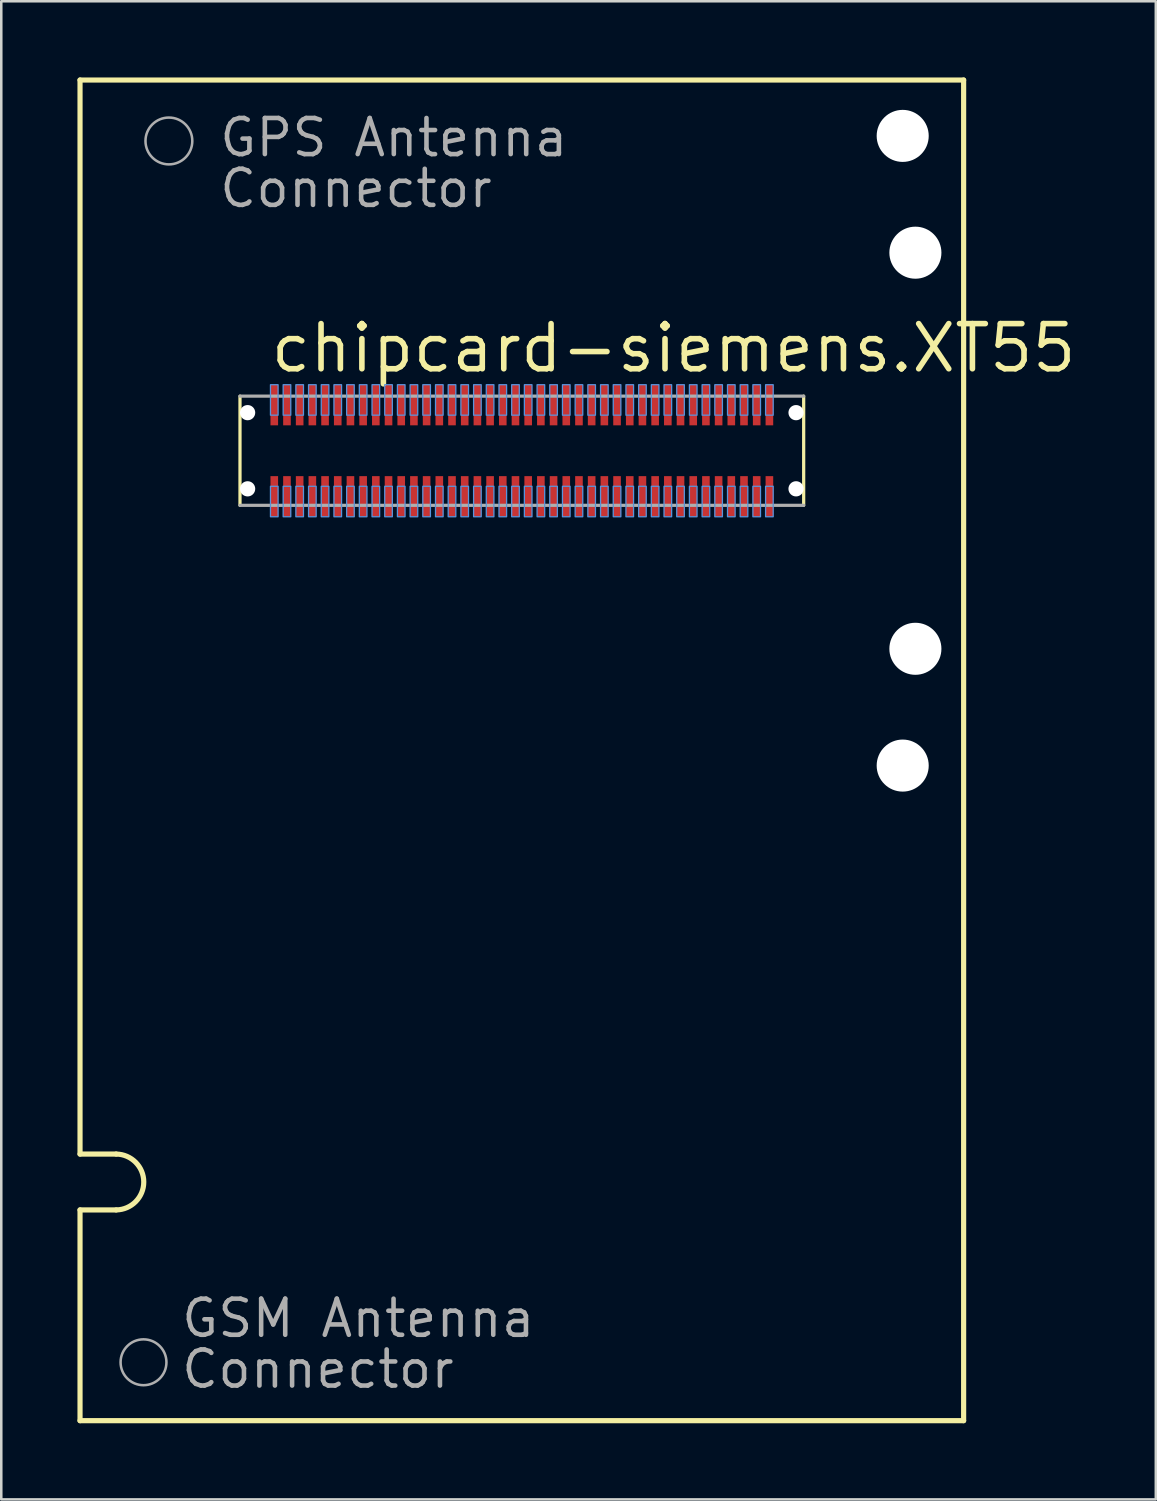
<source format=kicad_pcb>
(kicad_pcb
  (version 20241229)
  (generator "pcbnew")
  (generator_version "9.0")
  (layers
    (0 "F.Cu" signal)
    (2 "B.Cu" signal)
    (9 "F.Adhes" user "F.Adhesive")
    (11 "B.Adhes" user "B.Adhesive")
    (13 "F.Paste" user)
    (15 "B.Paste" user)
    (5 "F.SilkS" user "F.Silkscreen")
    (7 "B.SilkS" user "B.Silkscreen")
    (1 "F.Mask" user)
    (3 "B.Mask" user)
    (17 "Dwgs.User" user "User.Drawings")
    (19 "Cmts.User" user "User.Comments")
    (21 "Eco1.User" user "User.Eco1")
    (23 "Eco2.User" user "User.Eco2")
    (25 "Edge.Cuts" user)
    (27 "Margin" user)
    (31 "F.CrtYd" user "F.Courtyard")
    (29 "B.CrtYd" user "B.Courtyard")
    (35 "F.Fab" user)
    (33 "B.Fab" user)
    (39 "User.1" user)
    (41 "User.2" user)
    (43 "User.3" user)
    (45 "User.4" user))
  (footprint "chipcard-siemens.XT55"
    (layer "F.Cu")
    (at 17.502 14.702)
    (property "Reference" "chipcard-siemens.XT55" (at -10 -3 0) (layer "F.SilkS") (effects (font (size 1.778 1.778) (thickness 0.22)) (justify left bottom)))
    (attr smd)
    (fp_line (start -17.4 -14.6) (end 17.4 -14.6) (stroke (width 0.203) (type default)) (layer "F.SilkS"))
    (fp_line (start -17.4 27.7) (end -17.4 -14.6) (stroke (width 0.203) (type default)) (layer "F.SilkS"))
    (fp_line (start -17.4 29.9) (end -15.975 29.9) (stroke (width 0.203) (type default)) (layer "F.SilkS"))
    (fp_line (start -17.4 38.2) (end -17.4 29.9) (stroke (width 0.203) (type default)) (layer "F.SilkS"))
    (fp_line (start -17.4 38.2) (end 17.4 38.2) (stroke (width 0.203) (type default)) (layer "F.SilkS"))
    (fp_line (start -15.975 27.7) (end -17.4 27.7) (stroke (width 0.203) (type default)) (layer "F.SilkS"))
    (fp_line (start -11.1 -2.15) (end -11.1 2.15) (stroke (width 0.127) (type default)) (layer "F.SilkS"))
    (fp_line (start 11.1 2.15) (end 11.1 -2.15) (stroke (width 0.127) (type default)) (layer "F.SilkS"))
    (fp_line (start 17.4 -14.6) (end 17.4 38.2) (stroke (width 0.203) (type default)) (layer "F.SilkS"))
    (fp_arc (start -15.975 27.7) (mid -14.892853 28.8) (end -15.975 29.9) (stroke (width 0.2032) (type default)) (layer "F.SilkS"))
    (fp_rect (start -9.9 -1.4) (end -9.6 -2.6) (stroke (width 0.05) (type default)) (fill no) (layer "Cmts.User"))
    (fp_rect (start -9.9 2.6) (end -9.6 1.4) (stroke (width 0.05) (type default)) (fill no) (layer "Cmts.User"))
    (fp_rect (start -9.4 -1.4) (end -9.1 -2.6) (stroke (width 0.05) (type default)) (fill no) (layer "Cmts.User"))
    (fp_rect (start -9.4 2.6) (end -9.1 1.4) (stroke (width 0.05) (type default)) (fill no) (layer "Cmts.User"))
    (fp_rect (start -8.9 -1.4) (end -8.6 -2.6) (stroke (width 0.05) (type default)) (fill no) (layer "Cmts.User"))
    (fp_rect (start -8.9 2.6) (end -8.6 1.4) (stroke (width 0.05) (type default)) (fill no) (layer "Cmts.User"))
    (fp_rect (start -8.4 -1.4) (end -8.1 -2.6) (stroke (width 0.05) (type default)) (fill no) (layer "Cmts.User"))
    (fp_rect (start -8.4 2.6) (end -8.1 1.4) (stroke (width 0.05) (type default)) (fill no) (layer "Cmts.User"))
    (fp_rect (start -7.9 -1.4) (end -7.6 -2.6) (stroke (width 0.05) (type default)) (fill no) (layer "Cmts.User"))
    (fp_rect (start -7.9 2.6) (end -7.6 1.4) (stroke (width 0.05) (type default)) (fill no) (layer "Cmts.User"))
    (fp_rect (start -7.4 -1.4) (end -7.1 -2.6) (stroke (width 0.05) (type default)) (fill no) (layer "Cmts.User"))
    (fp_rect (start -7.4 2.6) (end -7.1 1.4) (stroke (width 0.05) (type default)) (fill no) (layer "Cmts.User"))
    (fp_rect (start -6.9 -1.4) (end -6.6 -2.6) (stroke (width 0.05) (type default)) (fill no) (layer "Cmts.User"))
    (fp_rect (start -6.9 2.6) (end -6.6 1.4) (stroke (width 0.05) (type default)) (fill no) (layer "Cmts.User"))
    (fp_rect (start -6.4 -1.4) (end -6.1 -2.6) (stroke (width 0.05) (type default)) (fill no) (layer "Cmts.User"))
    (fp_rect (start -6.4 2.6) (end -6.1 1.4) (stroke (width 0.05) (type default)) (fill no) (layer "Cmts.User"))
    (fp_rect (start -5.9 -1.4) (end -5.6 -2.6) (stroke (width 0.05) (type default)) (fill no) (layer "Cmts.User"))
    (fp_rect (start -5.9 2.6) (end -5.6 1.4) (stroke (width 0.05) (type default)) (fill no) (layer "Cmts.User"))
    (fp_rect (start -5.4 -1.4) (end -5.1 -2.6) (stroke (width 0.05) (type default)) (fill no) (layer "Cmts.User"))
    (fp_rect (start -5.4 2.6) (end -5.1 1.4) (stroke (width 0.05) (type default)) (fill no) (layer "Cmts.User"))
    (fp_rect (start -4.9 -1.4) (end -4.6 -2.6) (stroke (width 0.05) (type default)) (fill no) (layer "Cmts.User"))
    (fp_rect (start -4.9 2.6) (end -4.6 1.4) (stroke (width 0.05) (type default)) (fill no) (layer "Cmts.User"))
    (fp_rect (start -4.4 -1.4) (end -4.1 -2.6) (stroke (width 0.05) (type default)) (fill no) (layer "Cmts.User"))
    (fp_rect (start -4.4 2.6) (end -4.1 1.4) (stroke (width 0.05) (type default)) (fill no) (layer "Cmts.User"))
    (fp_rect (start -3.9 -1.4) (end -3.6 -2.6) (stroke (width 0.05) (type default)) (fill no) (layer "Cmts.User"))
    (fp_rect (start -3.9 2.6) (end -3.6 1.4) (stroke (width 0.05) (type default)) (fill no) (layer "Cmts.User"))
    (fp_rect (start -3.4 -1.4) (end -3.1 -2.6) (stroke (width 0.05) (type default)) (fill no) (layer "Cmts.User"))
    (fp_rect (start -3.4 2.6) (end -3.1 1.4) (stroke (width 0.05) (type default)) (fill no) (layer "Cmts.User"))
    (fp_rect (start -2.9 -1.4) (end -2.6 -2.6) (stroke (width 0.05) (type default)) (fill no) (layer "Cmts.User"))
    (fp_rect (start -2.9 2.6) (end -2.6 1.4) (stroke (width 0.05) (type default)) (fill no) (layer "Cmts.User"))
    (fp_rect (start -2.4 -1.4) (end -2.1 -2.6) (stroke (width 0.05) (type default)) (fill no) (layer "Cmts.User"))
    (fp_rect (start -2.4 2.6) (end -2.1 1.4) (stroke (width 0.05) (type default)) (fill no) (layer "Cmts.User"))
    (fp_rect (start -1.9 -1.4) (end -1.6 -2.6) (stroke (width 0.05) (type default)) (fill no) (layer "Cmts.User"))
    (fp_rect (start -1.9 2.6) (end -1.6 1.4) (stroke (width 0.05) (type default)) (fill no) (layer "Cmts.User"))
    (fp_rect (start -1.4 -1.4) (end -1.1 -2.6) (stroke (width 0.05) (type default)) (fill no) (layer "Cmts.User"))
    (fp_rect (start -1.4 2.6) (end -1.1 1.4) (stroke (width 0.05) (type default)) (fill no) (layer "Cmts.User"))
    (fp_rect (start -0.9 -1.4) (end -0.6 -2.6) (stroke (width 0.05) (type default)) (fill no) (layer "Cmts.User"))
    (fp_rect (start -0.9 2.6) (end -0.6 1.4) (stroke (width 0.05) (type default)) (fill no) (layer "Cmts.User"))
    (fp_rect (start -0.4 -1.4) (end -0.1 -2.6) (stroke (width 0.05) (type default)) (fill no) (layer "Cmts.User"))
    (fp_rect (start -0.4 2.6) (end -0.1 1.4) (stroke (width 0.05) (type default)) (fill no) (layer "Cmts.User"))
    (fp_rect (start 0.1 -1.4) (end 0.4 -2.6) (stroke (width 0.05) (type default)) (fill no) (layer "Cmts.User"))
    (fp_rect (start 0.1 2.6) (end 0.4 1.4) (stroke (width 0.05) (type default)) (fill no) (layer "Cmts.User"))
    (fp_rect (start 0.6 -1.4) (end 0.9 -2.6) (stroke (width 0.05) (type default)) (fill no) (layer "Cmts.User"))
    (fp_rect (start 0.6 2.6) (end 0.9 1.4) (stroke (width 0.05) (type default)) (fill no) (layer "Cmts.User"))
    (fp_rect (start 1.1 -1.4) (end 1.4 -2.6) (stroke (width 0.05) (type default)) (fill no) (layer "Cmts.User"))
    (fp_rect (start 1.1 2.6) (end 1.4 1.4) (stroke (width 0.05) (type default)) (fill no) (layer "Cmts.User"))
    (fp_rect (start 1.6 -1.4) (end 1.9 -2.6) (stroke (width 0.05) (type default)) (fill no) (layer "Cmts.User"))
    (fp_rect (start 1.6 2.6) (end 1.9 1.4) (stroke (width 0.05) (type default)) (fill no) (layer "Cmts.User"))
    (fp_rect (start 2.1 -1.4) (end 2.4 -2.6) (stroke (width 0.05) (type default)) (fill no) (layer "Cmts.User"))
    (fp_rect (start 2.1 2.6) (end 2.4 1.4) (stroke (width 0.05) (type default)) (fill no) (layer "Cmts.User"))
    (fp_rect (start 2.6 -1.4) (end 2.9 -2.6) (stroke (width 0.05) (type default)) (fill no) (layer "Cmts.User"))
    (fp_rect (start 2.6 2.6) (end 2.9 1.4) (stroke (width 0.05) (type default)) (fill no) (layer "Cmts.User"))
    (fp_rect (start 3.1 -1.4) (end 3.4 -2.6) (stroke (width 0.05) (type default)) (fill no) (layer "Cmts.User"))
    (fp_rect (start 3.1 2.6) (end 3.4 1.4) (stroke (width 0.05) (type default)) (fill no) (layer "Cmts.User"))
    (fp_rect (start 3.6 -1.4) (end 3.9 -2.6) (stroke (width 0.05) (type default)) (fill no) (layer "Cmts.User"))
    (fp_rect (start 3.6 2.6) (end 3.9 1.4) (stroke (width 0.05) (type default)) (fill no) (layer "Cmts.User"))
    (fp_rect (start 4.1 -1.4) (end 4.4 -2.6) (stroke (width 0.05) (type default)) (fill no) (layer "Cmts.User"))
    (fp_rect (start 4.1 2.6) (end 4.4 1.4) (stroke (width 0.05) (type default)) (fill no) (layer "Cmts.User"))
    (fp_rect (start 4.6 -1.4) (end 4.9 -2.6) (stroke (width 0.05) (type default)) (fill no) (layer "Cmts.User"))
    (fp_rect (start 4.6 2.6) (end 4.9 1.4) (stroke (width 0.05) (type default)) (fill no) (layer "Cmts.User"))
    (fp_rect (start 5.1 -1.4) (end 5.4 -2.6) (stroke (width 0.05) (type default)) (fill no) (layer "Cmts.User"))
    (fp_rect (start 5.1 2.6) (end 5.4 1.4) (stroke (width 0.05) (type default)) (fill no) (layer "Cmts.User"))
    (fp_rect (start 5.6 -1.4) (end 5.9 -2.6) (stroke (width 0.05) (type default)) (fill no) (layer "Cmts.User"))
    (fp_rect (start 5.6 2.6) (end 5.9 1.4) (stroke (width 0.05) (type default)) (fill no) (layer "Cmts.User"))
    (fp_rect (start 6.1 -1.4) (end 6.4 -2.6) (stroke (width 0.05) (type default)) (fill no) (layer "Cmts.User"))
    (fp_rect (start 6.1 2.6) (end 6.4 1.4) (stroke (width 0.05) (type default)) (fill no) (layer "Cmts.User"))
    (fp_rect (start 6.6 -1.4) (end 6.9 -2.6) (stroke (width 0.05) (type default)) (fill no) (layer "Cmts.User"))
    (fp_rect (start 6.6 2.6) (end 6.9 1.4) (stroke (width 0.05) (type default)) (fill no) (layer "Cmts.User"))
    (fp_rect (start 7.1 -1.4) (end 7.4 -2.6) (stroke (width 0.05) (type default)) (fill no) (layer "Cmts.User"))
    (fp_rect (start 7.1 2.6) (end 7.4 1.4) (stroke (width 0.05) (type default)) (fill no) (layer "Cmts.User"))
    (fp_rect (start 7.6 -1.4) (end 7.9 -2.6) (stroke (width 0.05) (type default)) (fill no) (layer "Cmts.User"))
    (fp_rect (start 7.6 2.6) (end 7.9 1.4) (stroke (width 0.05) (type default)) (fill no) (layer "Cmts.User"))
    (fp_rect (start 8.1 -1.4) (end 8.4 -2.6) (stroke (width 0.05) (type default)) (fill no) (layer "Cmts.User"))
    (fp_rect (start 8.1 2.6) (end 8.4 1.4) (stroke (width 0.05) (type default)) (fill no) (layer "Cmts.User"))
    (fp_rect (start 8.6 -1.4) (end 8.9 -2.6) (stroke (width 0.05) (type default)) (fill no) (layer "Cmts.User"))
    (fp_rect (start 8.6 2.6) (end 8.9 1.4) (stroke (width 0.05) (type default)) (fill no) (layer "Cmts.User"))
    (fp_rect (start 9.1 -1.4) (end 9.4 -2.6) (stroke (width 0.05) (type default)) (fill no) (layer "Cmts.User"))
    (fp_rect (start 9.1 2.6) (end 9.4 1.4) (stroke (width 0.05) (type default)) (fill no) (layer "Cmts.User"))
    (fp_rect (start 9.6 -1.4) (end 9.9 -2.6) (stroke (width 0.05) (type default)) (fill no) (layer "Cmts.User"))
    (fp_rect (start 9.6 2.6) (end 9.9 1.4) (stroke (width 0.05) (type default)) (fill no) (layer "Cmts.User"))
    (fp_line (start -11.1 2.15) (end 11.1 2.15) (stroke (width 0.127) (type default)) (layer "F.Fab"))
    (fp_line (start 11.1 -2.15) (end -11.1 -2.15) (stroke (width 0.127) (type default)) (layer "F.Fab"))
    (fp_circle (center -14.9 35.9) (end -13.997 35.9) (stroke (width 0.1) (type default)) (fill no) (layer "F.Fab"))
    (fp_circle (center -13.9 -12.2) (end -12.978 -12.2) (stroke (width 0.1) (type default)) (fill no) (layer "F.Fab"))
    (fp_text user "GPS Antenna" (at -12 -11.5 0) (layer "F.Fab") (effects (font (size 1.422 1.422) (thickness 0.18)) (justify left bottom)))
    (fp_text user "GSM Antenna" (at -13.5 35 0) (layer "F.Fab") (effects (font (size 1.422 1.422) (thickness 0.18)) (justify left bottom)))
    (fp_text user "Connector" (at -13.5 37 0) (layer "F.Fab") (effects (font (size 1.422 1.422) (thickness 0.18)) (justify left bottom)))
    (fp_text user "Connector" (at -12 -9.5 0) (layer "F.Fab") (effects (font (size 1.422 1.422) (thickness 0.18)) (justify left bottom)))
    (pad "" np_thru_hole circle (at -10.8 -1.5) (size 0.6 0.6) (drill 0.6) (layers "*.Cu" "*.Mask"))
    (pad "" np_thru_hole circle (at -10.8 1.5) (size 0.6 0.6) (drill 0.6) (layers "*.Cu" "*.Mask"))
    (pad "" np_thru_hole circle (at 10.8 -1.5) (size 0.6 0.6) (drill 0.6) (layers "*.Cu" "*.Mask"))
    (pad "" np_thru_hole circle (at 10.8 1.5) (size 0.6 0.6) (drill 0.6) (layers "*.Cu" "*.Mask"))
    (pad "" np_thru_hole circle (at 15 -12.4) (size 2.05 2.05) (drill 2.05) (layers "*.Cu" "*.Mask"))
    (pad "" np_thru_hole circle (at 15 12.4) (size 2.05 2.05) (drill 2.05) (layers "*.Cu" "*.Mask"))
    (pad "" np_thru_hole circle (at 15.5 -7.8) (size 2.05 2.05) (drill 2.05) (layers "*.Cu" "*.Mask"))
    (pad "" np_thru_hole circle (at 15.5 7.8) (size 2.05 2.05) (drill 2.05) (layers "*.Cu" "*.Mask"))
    (pad "1" smd roundrect (at -9.75 -1.8) (size 0.3 1.6) (layers "F.Cu" "F.Mask" "F.Paste") (roundrect_rratio 0.01))
    (pad "2" smd roundrect (at -9.25 -1.8) (size 0.3 1.6) (layers "F.Cu" "F.Mask" "F.Paste") (roundrect_rratio 0.01))
    (pad "3" smd roundrect (at -8.75 -1.8) (size 0.3 1.6) (layers "F.Cu" "F.Mask" "F.Paste") (roundrect_rratio 0.01))
    (pad "4" smd roundrect (at -8.25 -1.8) (size 0.3 1.6) (layers "F.Cu" "F.Mask" "F.Paste") (roundrect_rratio 0.01))
    (pad "5" smd roundrect (at -7.75 -1.8) (size 0.3 1.6) (layers "F.Cu" "F.Mask" "F.Paste") (roundrect_rratio 0.01))
    (pad "6" smd roundrect (at -7.25 -1.8) (size 0.3 1.6) (layers "F.Cu" "F.Mask" "F.Paste") (roundrect_rratio 0.01))
    (pad "7" smd roundrect (at -6.75 -1.8) (size 0.3 1.6) (layers "F.Cu" "F.Mask" "F.Paste") (roundrect_rratio 0.01))
    (pad "8" smd roundrect (at -6.25 -1.8) (size 0.3 1.6) (layers "F.Cu" "F.Mask" "F.Paste") (roundrect_rratio 0.01))
    (pad "9" smd roundrect (at -5.75 -1.8) (size 0.3 1.6) (layers "F.Cu" "F.Mask" "F.Paste") (roundrect_rratio 0.01))
    (pad "10" smd roundrect (at -5.25 -1.8) (size 0.3 1.6) (layers "F.Cu" "F.Mask" "F.Paste") (roundrect_rratio 0.01))
    (pad "11" smd roundrect (at -4.75 -1.8) (size 0.3 1.6) (layers "F.Cu" "F.Mask" "F.Paste") (roundrect_rratio 0.01))
    (pad "12" smd roundrect (at -4.25 -1.8) (size 0.3 1.6) (layers "F.Cu" "F.Mask" "F.Paste") (roundrect_rratio 0.01))
    (pad "13" smd roundrect (at -3.75 -1.8) (size 0.3 1.6) (layers "F.Cu" "F.Mask" "F.Paste") (roundrect_rratio 0.01))
    (pad "14" smd roundrect (at -3.25 -1.8) (size 0.3 1.6) (layers "F.Cu" "F.Mask" "F.Paste") (roundrect_rratio 0.01))
    (pad "15" smd roundrect (at -2.75 -1.8) (size 0.3 1.6) (layers "F.Cu" "F.Mask" "F.Paste") (roundrect_rratio 0.01))
    (pad "16" smd roundrect (at -2.25 -1.8) (size 0.3 1.6) (layers "F.Cu" "F.Mask" "F.Paste") (roundrect_rratio 0.01))
    (pad "17" smd roundrect (at -1.75 -1.8) (size 0.3 1.6) (layers "F.Cu" "F.Mask" "F.Paste") (roundrect_rratio 0.01))
    (pad "18" smd roundrect (at -1.25 -1.8) (size 0.3 1.6) (layers "F.Cu" "F.Mask" "F.Paste") (roundrect_rratio 0.01))
    (pad "19" smd roundrect (at -0.75 -1.8) (size 0.3 1.6) (layers "F.Cu" "F.Mask" "F.Paste") (roundrect_rratio 0.01))
    (pad "20" smd roundrect (at -0.25 -1.8) (size 0.3 1.6) (layers "F.Cu" "F.Mask" "F.Paste") (roundrect_rratio 0.01))
    (pad "21" smd roundrect (at 0.25 -1.8) (size 0.3 1.6) (layers "F.Cu" "F.Mask" "F.Paste") (roundrect_rratio 0.01))
    (pad "22" smd roundrect (at 0.75 -1.8) (size 0.3 1.6) (layers "F.Cu" "F.Mask" "F.Paste") (roundrect_rratio 0.01))
    (pad "23" smd roundrect (at 1.25 -1.8) (size 0.3 1.6) (layers "F.Cu" "F.Mask" "F.Paste") (roundrect_rratio 0.01))
    (pad "24" smd roundrect (at 1.75 -1.8) (size 0.3 1.6) (layers "F.Cu" "F.Mask" "F.Paste") (roundrect_rratio 0.01))
    (pad "25" smd roundrect (at 2.25 -1.8) (size 0.3 1.6) (layers "F.Cu" "F.Mask" "F.Paste") (roundrect_rratio 0.01))
    (pad "26" smd roundrect (at 2.75 -1.8) (size 0.3 1.6) (layers "F.Cu" "F.Mask" "F.Paste") (roundrect_rratio 0.01))
    (pad "27" smd roundrect (at 3.25 -1.8) (size 0.3 1.6) (layers "F.Cu" "F.Mask" "F.Paste") (roundrect_rratio 0.01))
    (pad "28" smd roundrect (at 3.75 -1.8) (size 0.3 1.6) (layers "F.Cu" "F.Mask" "F.Paste") (roundrect_rratio 0.01))
    (pad "29" smd roundrect (at 4.25 -1.8) (size 0.3 1.6) (layers "F.Cu" "F.Mask" "F.Paste") (roundrect_rratio 0.01))
    (pad "30" smd roundrect (at 4.75 -1.8) (size 0.3 1.6) (layers "F.Cu" "F.Mask" "F.Paste") (roundrect_rratio 0.01))
    (pad "31" smd roundrect (at 5.25 -1.8 180) (size 0.3 1.6) (layers "F.Cu" "F.Mask" "F.Paste") (roundrect_rratio 0.01))
    (pad "32" smd roundrect (at 5.75 -1.8 180) (size 0.3 1.6) (layers "F.Cu" "F.Mask" "F.Paste") (roundrect_rratio 0.01))
    (pad "33" smd roundrect (at 6.25 -1.8 180) (size 0.3 1.6) (layers "F.Cu" "F.Mask" "F.Paste") (roundrect_rratio 0.01))
    (pad "34" smd roundrect (at 6.75 -1.8 180) (size 0.3 1.6) (layers "F.Cu" "F.Mask" "F.Paste") (roundrect_rratio 0.01))
    (pad "35" smd roundrect (at 7.25 -1.8 180) (size 0.3 1.6) (layers "F.Cu" "F.Mask" "F.Paste") (roundrect_rratio 0.01))
    (pad "36" smd roundrect (at 7.75 -1.8 180) (size 0.3 1.6) (layers "F.Cu" "F.Mask" "F.Paste") (roundrect_rratio 0.01))
    (pad "37" smd roundrect (at 8.25 -1.8 180) (size 0.3 1.6) (layers "F.Cu" "F.Mask" "F.Paste") (roundrect_rratio 0.01))
    (pad "38" smd roundrect (at 8.75 -1.8 180) (size 0.3 1.6) (layers "F.Cu" "F.Mask" "F.Paste") (roundrect_rratio 0.01))
    (pad "39" smd roundrect (at 9.25 -1.8 180) (size 0.3 1.6) (layers "F.Cu" "F.Mask" "F.Paste") (roundrect_rratio 0.01))
    (pad "40" smd roundrect (at 9.75 -1.8 180) (size 0.3 1.6) (layers "F.Cu" "F.Mask" "F.Paste") (roundrect_rratio 0.01))
    (pad "41" smd roundrect (at 9.75 1.8) (size 0.3 1.6) (layers "F.Cu" "F.Mask" "F.Paste") (roundrect_rratio 0.01))
    (pad "42" smd roundrect (at 9.25 1.8) (size 0.3 1.6) (layers "F.Cu" "F.Mask" "F.Paste") (roundrect_rratio 0.01))
    (pad "43" smd roundrect (at 8.75 1.8) (size 0.3 1.6) (layers "F.Cu" "F.Mask" "F.Paste") (roundrect_rratio 0.01))
    (pad "44" smd roundrect (at 8.25 1.8) (size 0.3 1.6) (layers "F.Cu" "F.Mask" "F.Paste") (roundrect_rratio 0.01))
    (pad "45" smd roundrect (at 7.75 1.8) (size 0.3 1.6) (layers "F.Cu" "F.Mask" "F.Paste") (roundrect_rratio 0.01))
    (pad "46" smd roundrect (at 7.25 1.8) (size 0.3 1.6) (layers "F.Cu" "F.Mask" "F.Paste") (roundrect_rratio 0.01))
    (pad "47" smd roundrect (at 6.75 1.8) (size 0.3 1.6) (layers "F.Cu" "F.Mask" "F.Paste") (roundrect_rratio 0.01))
    (pad "48" smd roundrect (at 6.25 1.8) (size 0.3 1.6) (layers "F.Cu" "F.Mask" "F.Paste") (roundrect_rratio 0.01))
    (pad "49" smd roundrect (at 5.75 1.8) (size 0.3 1.6) (layers "F.Cu" "F.Mask" "F.Paste") (roundrect_rratio 0.01))
    (pad "50" smd roundrect (at 5.25 1.8) (size 0.3 1.6) (layers "F.Cu" "F.Mask" "F.Paste") (roundrect_rratio 0.01))
    (pad "51" smd roundrect (at 4.75 1.8) (size 0.3 1.6) (layers "F.Cu" "F.Mask" "F.Paste") (roundrect_rratio 0.01))
    (pad "52" smd roundrect (at 4.25 1.8) (size 0.3 1.6) (layers "F.Cu" "F.Mask" "F.Paste") (roundrect_rratio 0.01))
    (pad "53" smd roundrect (at 3.75 1.8) (size 0.3 1.6) (layers "F.Cu" "F.Mask" "F.Paste") (roundrect_rratio 0.01))
    (pad "54" smd roundrect (at 3.25 1.8) (size 0.3 1.6) (layers "F.Cu" "F.Mask" "F.Paste") (roundrect_rratio 0.01))
    (pad "55" smd roundrect (at 2.75 1.8) (size 0.3 1.6) (layers "F.Cu" "F.Mask" "F.Paste") (roundrect_rratio 0.01))
    (pad "56" smd roundrect (at 2.25 1.8) (size 0.3 1.6) (layers "F.Cu" "F.Mask" "F.Paste") (roundrect_rratio 0.01))
    (pad "57" smd roundrect (at 1.75 1.8) (size 0.3 1.6) (layers "F.Cu" "F.Mask" "F.Paste") (roundrect_rratio 0.01))
    (pad "58" smd roundrect (at 1.25 1.8) (size 0.3 1.6) (layers "F.Cu" "F.Mask" "F.Paste") (roundrect_rratio 0.01))
    (pad "59" smd roundrect (at 0.75 1.8) (size 0.3 1.6) (layers "F.Cu" "F.Mask" "F.Paste") (roundrect_rratio 0.01))
    (pad "60" smd roundrect (at 0.25 1.8) (size 0.3 1.6) (layers "F.Cu" "F.Mask" "F.Paste") (roundrect_rratio 0.01))
    (pad "61" smd roundrect (at -0.25 1.8) (size 0.3 1.6) (layers "F.Cu" "F.Mask" "F.Paste") (roundrect_rratio 0.01))
    (pad "62" smd roundrect (at -0.75 1.8) (size 0.3 1.6) (layers "F.Cu" "F.Mask" "F.Paste") (roundrect_rratio 0.01))
    (pad "63" smd roundrect (at -1.25 1.8) (size 0.3 1.6) (layers "F.Cu" "F.Mask" "F.Paste") (roundrect_rratio 0.01))
    (pad "64" smd roundrect (at -1.75 1.8) (size 0.3 1.6) (layers "F.Cu" "F.Mask" "F.Paste") (roundrect_rratio 0.01))
    (pad "65" smd roundrect (at -2.25 1.8) (size 0.3 1.6) (layers "F.Cu" "F.Mask" "F.Paste") (roundrect_rratio 0.01))
    (pad "66" smd roundrect (at -2.75 1.8) (size 0.3 1.6) (layers "F.Cu" "F.Mask" "F.Paste") (roundrect_rratio 0.01))
    (pad "67" smd roundrect (at -3.25 1.8) (size 0.3 1.6) (layers "F.Cu" "F.Mask" "F.Paste") (roundrect_rratio 0.01))
    (pad "68" smd roundrect (at -3.75 1.8) (size 0.3 1.6) (layers "F.Cu" "F.Mask" "F.Paste") (roundrect_rratio 0.01))
    (pad "69" smd roundrect (at -4.25 1.8) (size 0.3 1.6) (layers "F.Cu" "F.Mask" "F.Paste") (roundrect_rratio 0.01))
    (pad "70" smd roundrect (at -4.75 1.8) (size 0.3 1.6) (layers "F.Cu" "F.Mask" "F.Paste") (roundrect_rratio 0.01))
    (pad "71" smd roundrect (at -5.25 1.8) (size 0.3 1.6) (layers "F.Cu" "F.Mask" "F.Paste") (roundrect_rratio 0.01))
    (pad "72" smd roundrect (at -5.75 1.8) (size 0.3 1.6) (layers "F.Cu" "F.Mask" "F.Paste") (roundrect_rratio 0.01))
    (pad "73" smd roundrect (at -6.25 1.8) (size 0.3 1.6) (layers "F.Cu" "F.Mask" "F.Paste") (roundrect_rratio 0.01))
    (pad "74" smd roundrect (at -6.75 1.8) (size 0.3 1.6) (layers "F.Cu" "F.Mask" "F.Paste") (roundrect_rratio 0.01))
    (pad "75" smd roundrect (at -7.25 1.8) (size 0.3 1.6) (layers "F.Cu" "F.Mask" "F.Paste") (roundrect_rratio 0.01))
    (pad "76" smd roundrect (at -7.75 1.8) (size 0.3 1.6) (layers "F.Cu" "F.Mask" "F.Paste") (roundrect_rratio 0.01))
    (pad "77" smd roundrect (at -8.25 1.8) (size 0.3 1.6) (layers "F.Cu" "F.Mask" "F.Paste") (roundrect_rratio 0.01))
    (pad "78" smd roundrect (at -8.75 1.8) (size 0.3 1.6) (layers "F.Cu" "F.Mask" "F.Paste") (roundrect_rratio 0.01))
    (pad "79" smd roundrect (at -9.25 1.8) (size 0.3 1.6) (layers "F.Cu" "F.Mask" "F.Paste") (roundrect_rratio 0.01))
    (pad "80" smd roundrect (at -9.75 1.8) (size 0.3 1.6) (layers "F.Cu" "F.Mask" "F.Paste") (roundrect_rratio 0.01)))
  (gr_rect
    (start -3 -3)
    (end 42.471 56.003)
    (stroke (width 0.1) (type default))
    (fill no)
    (layer "Edge.Cuts")))
</source>
